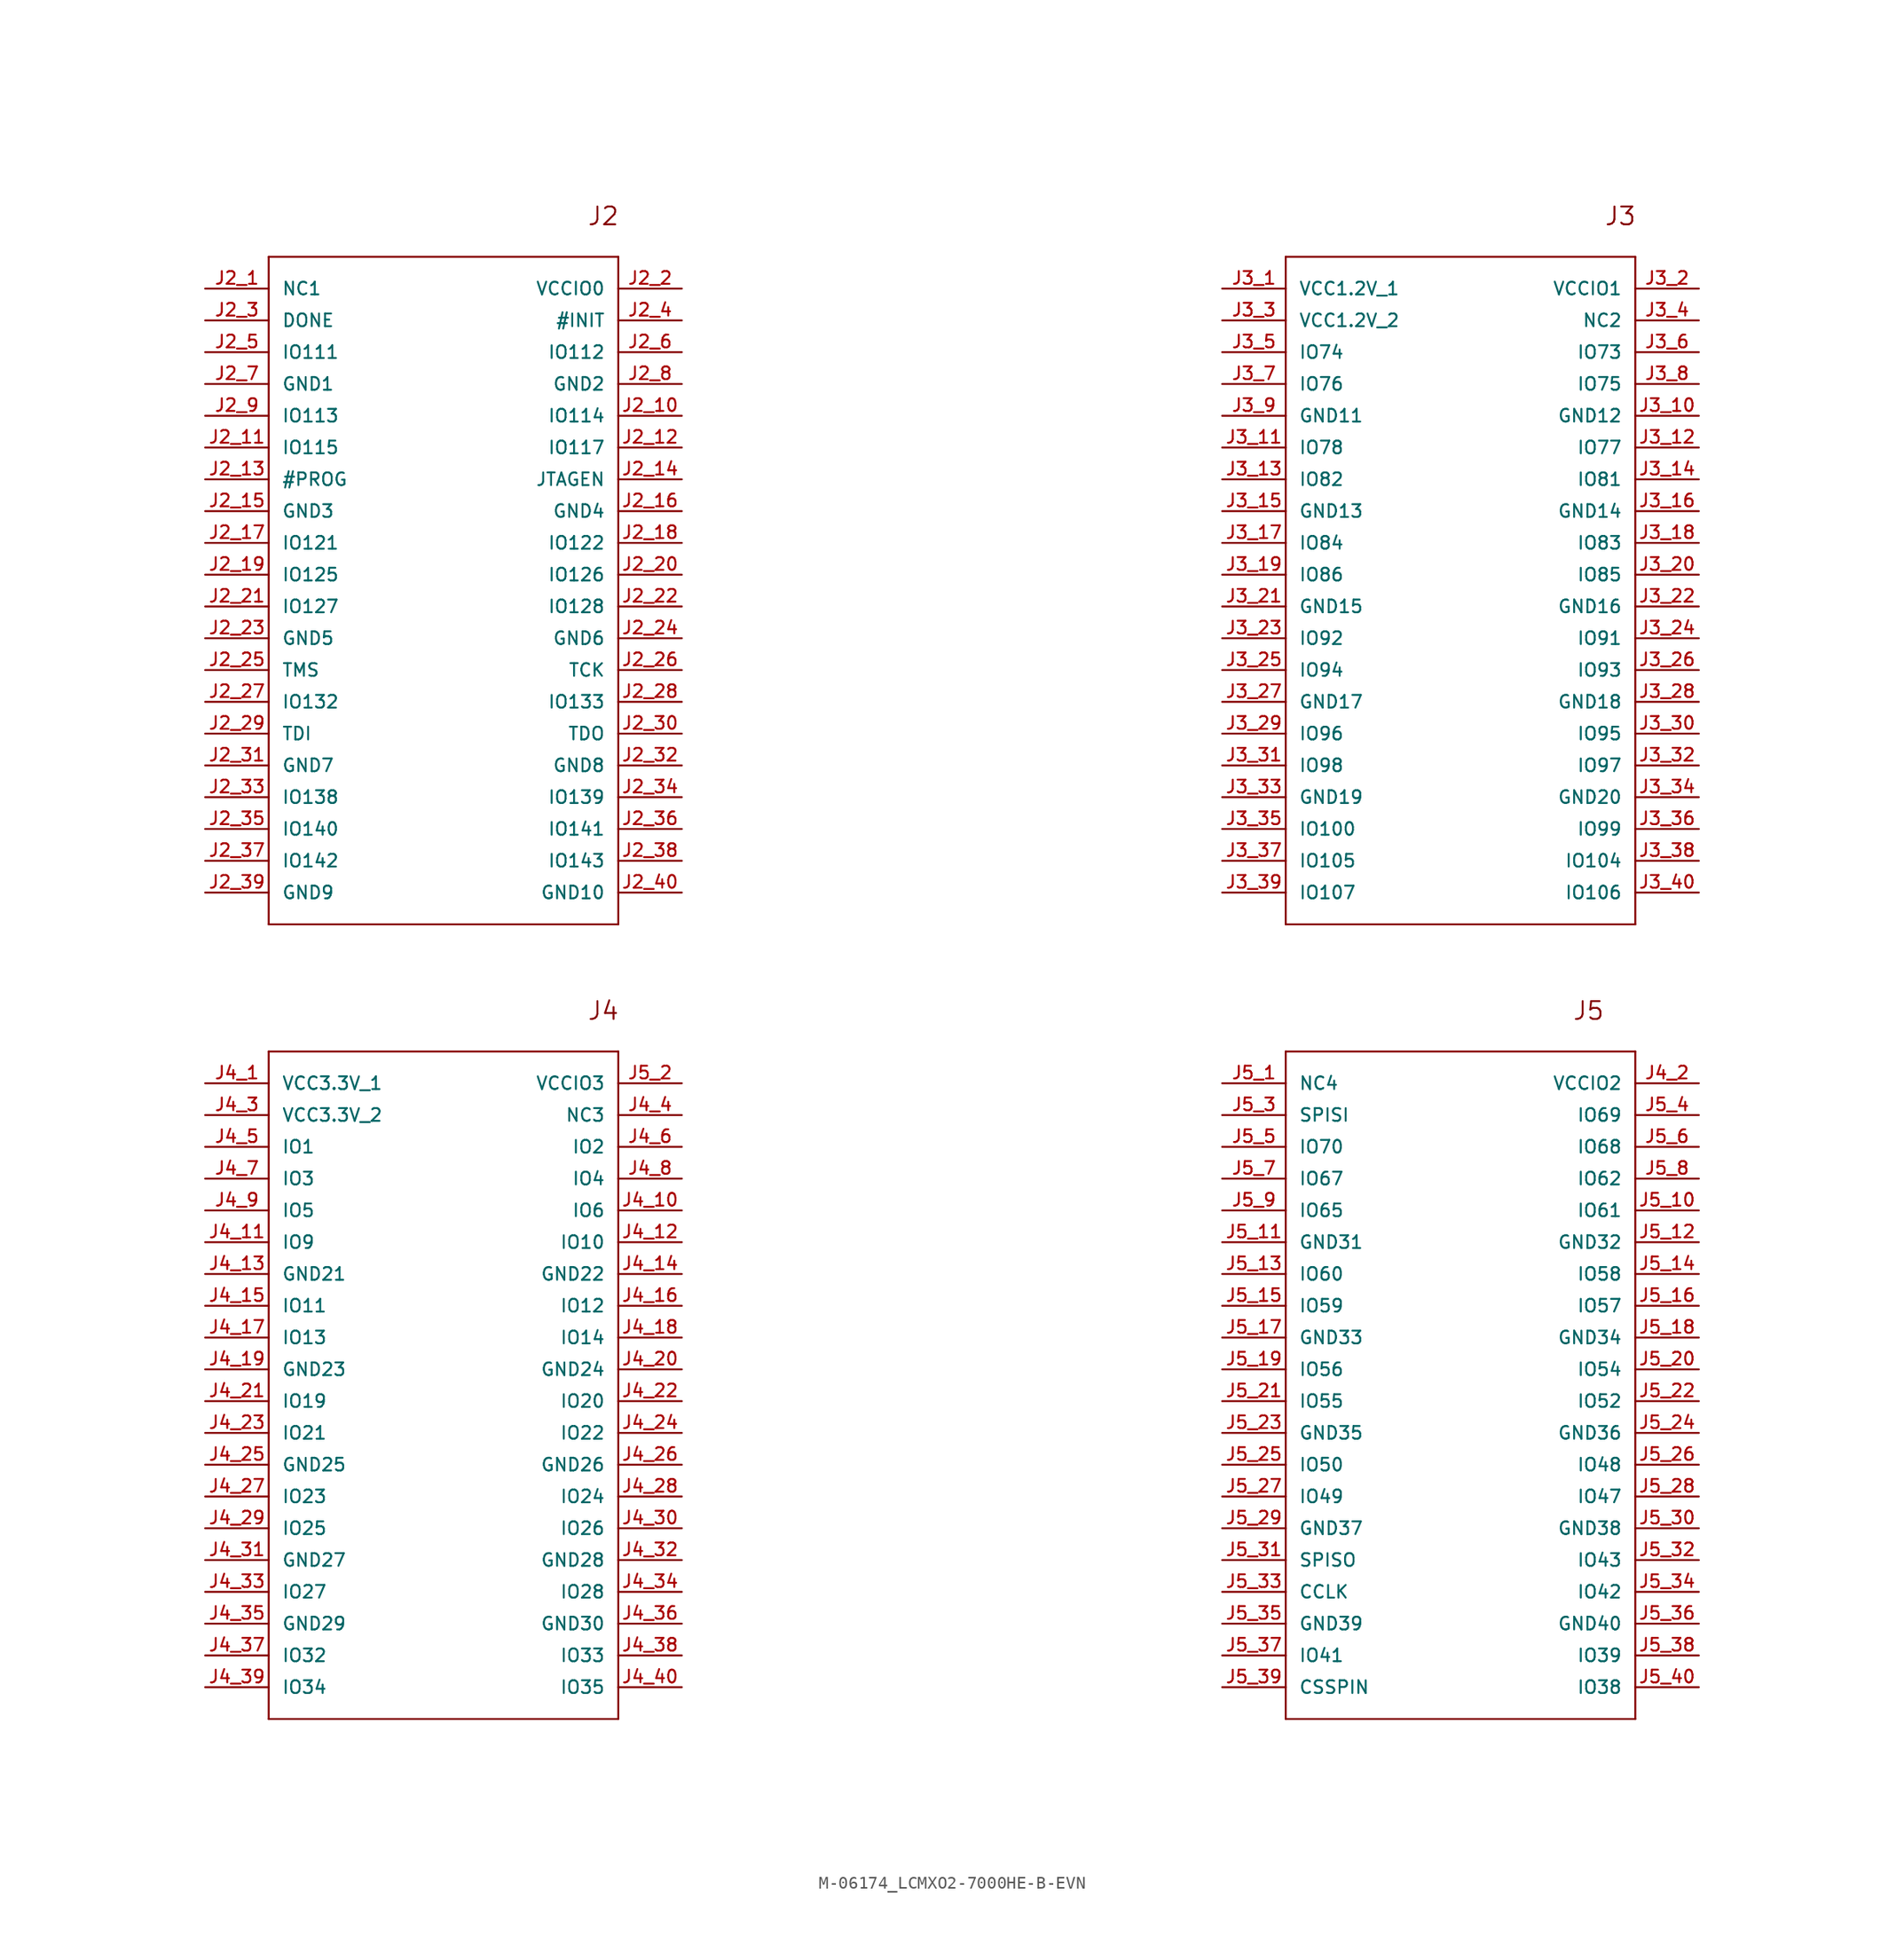
<source format=kicad_sym>
(kicad_symbol_lib
  (version 20211014)
  (generator kicad_symbol_editor)
  (symbol "M-06174_LCMXO2-7000HE-B-EVN"
    (pin_names
      (offset 1.016))
    (property "Reference" "M"
      (at 0 0 0)
      (effects (font (size 1.143 1.143)) hide))
    (property "ki_locked" ""
      (at 0 0 0)
      (effects (font (size 1.27 1.27))))
    (symbol "M-06174_LCMXO2-7000HE-B-EVN_1_0"
      (polyline (pts (xy -35.56 -50.8) (xy -35.56 2.54)) (stroke (width 0) (type default) (color 0 0 0 0)) (fill (type none)))
      (polyline (pts (xy -35.56 2.54) (xy -7.62 2.54)) (stroke (width 0) (type default) (color 0 0 0 0)) (fill (type none)))
      (polyline (pts (xy -35.56 12.7) (xy -35.56 66.04)) (stroke (width 0) (type default) (color 0 0 0 0)) (fill (type none)))
      (polyline (pts (xy -35.56 66.04) (xy -7.62 66.04)) (stroke (width 0) (type default) (color 0 0 0 0)) (fill (type none)))
      (polyline (pts (xy -7.62 -50.8) (xy -35.56 -50.8)) (stroke (width 0) (type default) (color 0 0 0 0)) (fill (type none)))
      (polyline (pts (xy -7.62 2.54) (xy -7.62 -50.8)) (stroke (width 0) (type default) (color 0 0 0 0)) (fill (type none)))
      (polyline (pts (xy -7.62 12.7) (xy -35.56 12.7)) (stroke (width 0) (type default) (color 0 0 0 0)) (fill (type none)))
      (polyline (pts (xy -7.62 66.04) (xy -7.62 12.7)) (stroke (width 0) (type default) (color 0 0 0 0)) (fill (type none)))
      (polyline (pts (xy 45.72 -50.8) (xy 45.72 2.54)) (stroke (width 0) (type default) (color 0 0 0 0)) (fill (type none)))
      (polyline (pts (xy 45.72 2.54) (xy 73.66 2.54)) (stroke (width 0) (type default) (color 0 0 0 0)) (fill (type none)))
      (polyline (pts (xy 45.72 12.7) (xy 45.72 66.04)) (stroke (width 0) (type default) (color 0 0 0 0)) (fill (type none)))
      (polyline (pts (xy 45.72 66.04) (xy 73.66 66.04)) (stroke (width 0) (type default) (color 0 0 0 0)) (fill (type none)))
      (polyline (pts (xy 73.66 -50.8) (xy 45.72 -50.8)) (stroke (width 0) (type default) (color 0 0 0 0)) (fill (type none)))
      (polyline (pts (xy 73.66 2.54) (xy 73.66 -50.8)) (stroke (width 0) (type default) (color 0 0 0 0)) (fill (type none)))
      (polyline (pts (xy 73.66 12.7) (xy 45.72 12.7)) (stroke (width 0) (type default) (color 0 0 0 0)) (fill (type none)))
      (polyline (pts (xy 73.66 66.04) (xy 73.66 12.7)) (stroke (width 0) (type default) (color 0 0 0 0)) (fill (type none)))
      (text "J2" (at -8.814 69.291 0) (effects (font (size 1.422 1.422))))
      (text "J3" (at 72.466 69.291 0) (effects (font (size 1.422 1.422))))
      (text "J4" (at -8.814 5.791 0) (effects (font (size 1.422 1.422))))
      (text "J5" (at 69.926 5.791 0) (effects (font (size 1.422 1.422)))))
    (symbol "M-06174_LCMXO2-7000HE-B-EVN_1_1"
      (pin bidirectional line (at -40.64 63.5 0) (length 5.08) (name "NC1" (effects (font (size 1.016 1.016)))) (number "J2_1" (effects (font (size 1.016 1.016)))))
      (pin bidirectional line (at -2.54 53.34 180) (length 5.08) (name "IO114" (effects (font (size 1.016 1.016)))) (number "J2_10" (effects (font (size 1.016 1.016)))))
      (pin bidirectional line (at -40.64 50.8 0) (length 5.08) (name "IO115" (effects (font (size 1.016 1.016)))) (number "J2_11" (effects (font (size 1.016 1.016)))))
      (pin bidirectional line (at -2.54 50.8 180) (length 5.08) (name "IO117" (effects (font (size 1.016 1.016)))) (number "J2_12" (effects (font (size 1.016 1.016)))))
      (pin bidirectional line (at -40.64 48.26 0) (length 5.08) (name "#PROG" (effects (font (size 1.016 1.016)))) (number "J2_13" (effects (font (size 1.016 1.016)))))
      (pin bidirectional line (at -2.54 48.26 180) (length 5.08) (name "JTAGEN" (effects (font (size 1.016 1.016)))) (number "J2_14" (effects (font (size 1.016 1.016)))))
      (pin bidirectional line (at -40.64 45.72 0) (length 5.08) (name "GND3" (effects (font (size 1.016 1.016)))) (number "J2_15" (effects (font (size 1.016 1.016)))))
      (pin bidirectional line (at -2.54 45.72 180) (length 5.08) (name "GND4" (effects (font (size 1.016 1.016)))) (number "J2_16" (effects (font (size 1.016 1.016)))))
      (pin bidirectional line (at -40.64 43.18 0) (length 5.08) (name "IO121" (effects (font (size 1.016 1.016)))) (number "J2_17" (effects (font (size 1.016 1.016)))))
      (pin bidirectional line (at -2.54 43.18 180) (length 5.08) (name "IO122" (effects (font (size 1.016 1.016)))) (number "J2_18" (effects (font (size 1.016 1.016)))))
      (pin bidirectional line (at -40.64 40.64 0) (length 5.08) (name "IO125" (effects (font (size 1.016 1.016)))) (number "J2_19" (effects (font (size 1.016 1.016)))))
      (pin bidirectional line (at -2.54 63.5 180) (length 5.08) (name "VCCIO0" (effects (font (size 1.016 1.016)))) (number "J2_2" (effects (font (size 1.016 1.016)))))
      (pin bidirectional line (at -2.54 40.64 180) (length 5.08) (name "IO126" (effects (font (size 1.016 1.016)))) (number "J2_20" (effects (font (size 1.016 1.016)))))
      (pin bidirectional line (at -40.64 38.1 0) (length 5.08) (name "IO127" (effects (font (size 1.016 1.016)))) (number "J2_21" (effects (font (size 1.016 1.016)))))
      (pin bidirectional line (at -2.54 38.1 180) (length 5.08) (name "IO128" (effects (font (size 1.016 1.016)))) (number "J2_22" (effects (font (size 1.016 1.016)))))
      (pin bidirectional line (at -40.64 35.56 0) (length 5.08) (name "GND5" (effects (font (size 1.016 1.016)))) (number "J2_23" (effects (font (size 1.016 1.016)))))
      (pin bidirectional line (at -2.54 35.56 180) (length 5.08) (name "GND6" (effects (font (size 1.016 1.016)))) (number "J2_24" (effects (font (size 1.016 1.016)))))
      (pin bidirectional line (at -40.64 33.02 0) (length 5.08) (name "TMS" (effects (font (size 1.016 1.016)))) (number "J2_25" (effects (font (size 1.016 1.016)))))
      (pin bidirectional line (at -2.54 33.02 180) (length 5.08) (name "TCK" (effects (font (size 1.016 1.016)))) (number "J2_26" (effects (font (size 1.016 1.016)))))
      (pin bidirectional line (at -40.64 30.48 0) (length 5.08) (name "IO132" (effects (font (size 1.016 1.016)))) (number "J2_27" (effects (font (size 1.016 1.016)))))
      (pin bidirectional line (at -2.54 30.48 180) (length 5.08) (name "IO133" (effects (font (size 1.016 1.016)))) (number "J2_28" (effects (font (size 1.016 1.016)))))
      (pin bidirectional line (at -40.64 27.94 0) (length 5.08) (name "TDI" (effects (font (size 1.016 1.016)))) (number "J2_29" (effects (font (size 1.016 1.016)))))
      (pin bidirectional line (at -40.64 60.96 0) (length 5.08) (name "DONE" (effects (font (size 1.016 1.016)))) (number "J2_3" (effects (font (size 1.016 1.016)))))
      (pin bidirectional line (at -2.54 27.94 180) (length 5.08) (name "TDO" (effects (font (size 1.016 1.016)))) (number "J2_30" (effects (font (size 1.016 1.016)))))
      (pin bidirectional line (at -40.64 25.4 0) (length 5.08) (name "GND7" (effects (font (size 1.016 1.016)))) (number "J2_31" (effects (font (size 1.016 1.016)))))
      (pin bidirectional line (at -2.54 25.4 180) (length 5.08) (name "GND8" (effects (font (size 1.016 1.016)))) (number "J2_32" (effects (font (size 1.016 1.016)))))
      (pin bidirectional line (at -40.64 22.86 0) (length 5.08) (name "IO138" (effects (font (size 1.016 1.016)))) (number "J2_33" (effects (font (size 1.016 1.016)))))
      (pin bidirectional line (at -2.54 22.86 180) (length 5.08) (name "IO139" (effects (font (size 1.016 1.016)))) (number "J2_34" (effects (font (size 1.016 1.016)))))
      (pin bidirectional line (at -40.64 20.32 0) (length 5.08) (name "IO140" (effects (font (size 1.016 1.016)))) (number "J2_35" (effects (font (size 1.016 1.016)))))
      (pin bidirectional line (at -2.54 20.32 180) (length 5.08) (name "IO141" (effects (font (size 1.016 1.016)))) (number "J2_36" (effects (font (size 1.016 1.016)))))
      (pin bidirectional line (at -40.64 17.78 0) (length 5.08) (name "IO142" (effects (font (size 1.016 1.016)))) (number "J2_37" (effects (font (size 1.016 1.016)))))
      (pin bidirectional line (at -2.54 17.78 180) (length 5.08) (name "IO143" (effects (font (size 1.016 1.016)))) (number "J2_38" (effects (font (size 1.016 1.016)))))
      (pin bidirectional line (at -40.64 15.24 0) (length 5.08) (name "GND9" (effects (font (size 1.016 1.016)))) (number "J2_39" (effects (font (size 1.016 1.016)))))
      (pin bidirectional line (at -2.54 60.96 180) (length 5.08) (name "#INIT" (effects (font (size 1.016 1.016)))) (number "J2_4" (effects (font (size 1.016 1.016)))))
      (pin bidirectional line (at -2.54 15.24 180) (length 5.08) (name "GND10" (effects (font (size 1.016 1.016)))) (number "J2_40" (effects (font (size 1.016 1.016)))))
      (pin bidirectional line (at -40.64 58.42 0) (length 5.08) (name "IO111" (effects (font (size 1.016 1.016)))) (number "J2_5" (effects (font (size 1.016 1.016)))))
      (pin bidirectional line (at -2.54 58.42 180) (length 5.08) (name "IO112" (effects (font (size 1.016 1.016)))) (number "J2_6" (effects (font (size 1.016 1.016)))))
      (pin bidirectional line (at -40.64 55.88 0) (length 5.08) (name "GND1" (effects (font (size 1.016 1.016)))) (number "J2_7" (effects (font (size 1.016 1.016)))))
      (pin bidirectional line (at -2.54 55.88 180) (length 5.08) (name "GND2" (effects (font (size 1.016 1.016)))) (number "J2_8" (effects (font (size 1.016 1.016)))))
      (pin bidirectional line (at -40.64 53.34 0) (length 5.08) (name "IO113" (effects (font (size 1.016 1.016)))) (number "J2_9" (effects (font (size 1.016 1.016)))))
      (pin bidirectional line (at 40.64 63.5 0) (length 5.08) (name "VCC1.2V_1" (effects (font (size 1.016 1.016)))) (number "J3_1" (effects (font (size 1.016 1.016)))))
      (pin bidirectional line (at 78.74 53.34 180) (length 5.08) (name "GND12" (effects (font (size 1.016 1.016)))) (number "J3_10" (effects (font (size 1.016 1.016)))))
      (pin bidirectional line (at 40.64 50.8 0) (length 5.08) (name "IO78" (effects (font (size 1.016 1.016)))) (number "J3_11" (effects (font (size 1.016 1.016)))))
      (pin bidirectional line (at 78.74 50.8 180) (length 5.08) (name "IO77" (effects (font (size 1.016 1.016)))) (number "J3_12" (effects (font (size 1.016 1.016)))))
      (pin bidirectional line (at 40.64 48.26 0) (length 5.08) (name "IO82" (effects (font (size 1.016 1.016)))) (number "J3_13" (effects (font (size 1.016 1.016)))))
      (pin bidirectional line (at 78.74 48.26 180) (length 5.08) (name "IO81" (effects (font (size 1.016 1.016)))) (number "J3_14" (effects (font (size 1.016 1.016)))))
      (pin bidirectional line (at 40.64 45.72 0) (length 5.08) (name "GND13" (effects (font (size 1.016 1.016)))) (number "J3_15" (effects (font (size 1.016 1.016)))))
      (pin bidirectional line (at 78.74 45.72 180) (length 5.08) (name "GND14" (effects (font (size 1.016 1.016)))) (number "J3_16" (effects (font (size 1.016 1.016)))))
      (pin bidirectional line (at 40.64 43.18 0) (length 5.08) (name "IO84" (effects (font (size 1.016 1.016)))) (number "J3_17" (effects (font (size 1.016 1.016)))))
      (pin bidirectional line (at 78.74 43.18 180) (length 5.08) (name "IO83" (effects (font (size 1.016 1.016)))) (number "J3_18" (effects (font (size 1.016 1.016)))))
      (pin bidirectional line (at 40.64 40.64 0) (length 5.08) (name "IO86" (effects (font (size 1.016 1.016)))) (number "J3_19" (effects (font (size 1.016 1.016)))))
      (pin bidirectional line (at 78.74 63.5 180) (length 5.08) (name "VCCIO1" (effects (font (size 1.016 1.016)))) (number "J3_2" (effects (font (size 1.016 1.016)))))
      (pin bidirectional line (at 78.74 40.64 180) (length 5.08) (name "IO85" (effects (font (size 1.016 1.016)))) (number "J3_20" (effects (font (size 1.016 1.016)))))
      (pin bidirectional line (at 40.64 38.1 0) (length 5.08) (name "GND15" (effects (font (size 1.016 1.016)))) (number "J3_21" (effects (font (size 1.016 1.016)))))
      (pin bidirectional line (at 78.74 38.1 180) (length 5.08) (name "GND16" (effects (font (size 1.016 1.016)))) (number "J3_22" (effects (font (size 1.016 1.016)))))
      (pin bidirectional line (at 40.64 35.56 0) (length 5.08) (name "IO92" (effects (font (size 1.016 1.016)))) (number "J3_23" (effects (font (size 1.016 1.016)))))
      (pin bidirectional line (at 78.74 35.56 180) (length 5.08) (name "IO91" (effects (font (size 1.016 1.016)))) (number "J3_24" (effects (font (size 1.016 1.016)))))
      (pin bidirectional line (at 40.64 33.02 0) (length 5.08) (name "IO94" (effects (font (size 1.016 1.016)))) (number "J3_25" (effects (font (size 1.016 1.016)))))
      (pin bidirectional line (at 78.74 33.02 180) (length 5.08) (name "IO93" (effects (font (size 1.016 1.016)))) (number "J3_26" (effects (font (size 1.016 1.016)))))
      (pin bidirectional line (at 40.64 30.48 0) (length 5.08) (name "GND17" (effects (font (size 1.016 1.016)))) (number "J3_27" (effects (font (size 1.016 1.016)))))
      (pin bidirectional line (at 78.74 30.48 180) (length 5.08) (name "GND18" (effects (font (size 1.016 1.016)))) (number "J3_28" (effects (font (size 1.016 1.016)))))
      (pin bidirectional line (at 40.64 27.94 0) (length 5.08) (name "IO96" (effects (font (size 1.016 1.016)))) (number "J3_29" (effects (font (size 1.016 1.016)))))
      (pin bidirectional line (at 40.64 60.96 0) (length 5.08) (name "VCC1.2V_2" (effects (font (size 1.016 1.016)))) (number "J3_3" (effects (font (size 1.016 1.016)))))
      (pin bidirectional line (at 78.74 27.94 180) (length 5.08) (name "IO95" (effects (font (size 1.016 1.016)))) (number "J3_30" (effects (font (size 1.016 1.016)))))
      (pin bidirectional line (at 40.64 25.4 0) (length 5.08) (name "IO98" (effects (font (size 1.016 1.016)))) (number "J3_31" (effects (font (size 1.016 1.016)))))
      (pin bidirectional line (at 78.74 25.4 180) (length 5.08) (name "IO97" (effects (font (size 1.016 1.016)))) (number "J3_32" (effects (font (size 1.016 1.016)))))
      (pin bidirectional line (at 40.64 22.86 0) (length 5.08) (name "GND19" (effects (font (size 1.016 1.016)))) (number "J3_33" (effects (font (size 1.016 1.016)))))
      (pin bidirectional line (at 78.74 22.86 180) (length 5.08) (name "GND20" (effects (font (size 1.016 1.016)))) (number "J3_34" (effects (font (size 1.016 1.016)))))
      (pin bidirectional line (at 40.64 20.32 0) (length 5.08) (name "IO100" (effects (font (size 1.016 1.016)))) (number "J3_35" (effects (font (size 1.016 1.016)))))
      (pin bidirectional line (at 78.74 20.32 180) (length 5.08) (name "IO99" (effects (font (size 1.016 1.016)))) (number "J3_36" (effects (font (size 1.016 1.016)))))
      (pin bidirectional line (at 40.64 17.78 0) (length 5.08) (name "IO105" (effects (font (size 1.016 1.016)))) (number "J3_37" (effects (font (size 1.016 1.016)))))
      (pin bidirectional line (at 78.74 17.78 180) (length 5.08) (name "IO104" (effects (font (size 1.016 1.016)))) (number "J3_38" (effects (font (size 1.016 1.016)))))
      (pin bidirectional line (at 40.64 15.24 0) (length 5.08) (name "IO107" (effects (font (size 1.016 1.016)))) (number "J3_39" (effects (font (size 1.016 1.016)))))
      (pin bidirectional line (at 78.74 60.96 180) (length 5.08) (name "NC2" (effects (font (size 1.016 1.016)))) (number "J3_4" (effects (font (size 1.016 1.016)))))
      (pin bidirectional line (at 78.74 15.24 180) (length 5.08) (name "IO106" (effects (font (size 1.016 1.016)))) (number "J3_40" (effects (font (size 1.016 1.016)))))
      (pin bidirectional line (at 40.64 58.42 0) (length 5.08) (name "IO74" (effects (font (size 1.016 1.016)))) (number "J3_5" (effects (font (size 1.016 1.016)))))
      (pin bidirectional line (at 78.74 58.42 180) (length 5.08) (name "IO73" (effects (font (size 1.016 1.016)))) (number "J3_6" (effects (font (size 1.016 1.016)))))
      (pin bidirectional line (at 40.64 55.88 0) (length 5.08) (name "IO76" (effects (font (size 1.016 1.016)))) (number "J3_7" (effects (font (size 1.016 1.016)))))
      (pin bidirectional line (at 78.74 55.88 180) (length 5.08) (name "IO75" (effects (font (size 1.016 1.016)))) (number "J3_8" (effects (font (size 1.016 1.016)))))
      (pin bidirectional line (at 40.64 53.34 0) (length 5.08) (name "GND11" (effects (font (size 1.016 1.016)))) (number "J3_9" (effects (font (size 1.016 1.016)))))
      (pin bidirectional line (at -40.64 0 0) (length 5.08) (name "VCC3.3V_1" (effects (font (size 1.016 1.016)))) (number "J4_1" (effects (font (size 1.016 1.016)))))
      (pin bidirectional line (at -2.54 -10.16 180) (length 5.08) (name "IO6" (effects (font (size 1.016 1.016)))) (number "J4_10" (effects (font (size 1.016 1.016)))))
      (pin bidirectional line (at -40.64 -12.7 0) (length 5.08) (name "IO9" (effects (font (size 1.016 1.016)))) (number "J4_11" (effects (font (size 1.016 1.016)))))
      (pin bidirectional line (at -2.54 -12.7 180) (length 5.08) (name "IO10" (effects (font (size 1.016 1.016)))) (number "J4_12" (effects (font (size 1.016 1.016)))))
      (pin bidirectional line (at -40.64 -15.24 0) (length 5.08) (name "GND21" (effects (font (size 1.016 1.016)))) (number "J4_13" (effects (font (size 1.016 1.016)))))
      (pin bidirectional line (at -2.54 -15.24 180) (length 5.08) (name "GND22" (effects (font (size 1.016 1.016)))) (number "J4_14" (effects (font (size 1.016 1.016)))))
      (pin bidirectional line (at -40.64 -17.78 0) (length 5.08) (name "IO11" (effects (font (size 1.016 1.016)))) (number "J4_15" (effects (font (size 1.016 1.016)))))
      (pin bidirectional line (at -2.54 -17.78 180) (length 5.08) (name "IO12" (effects (font (size 1.016 1.016)))) (number "J4_16" (effects (font (size 1.016 1.016)))))
      (pin bidirectional line (at -40.64 -20.32 0) (length 5.08) (name "IO13" (effects (font (size 1.016 1.016)))) (number "J4_17" (effects (font (size 1.016 1.016)))))
      (pin bidirectional line (at -2.54 -20.32 180) (length 5.08) (name "IO14" (effects (font (size 1.016 1.016)))) (number "J4_18" (effects (font (size 1.016 1.016)))))
      (pin bidirectional line (at -40.64 -22.86 0) (length 5.08) (name "GND23" (effects (font (size 1.016 1.016)))) (number "J4_19" (effects (font (size 1.016 1.016)))))
      (pin bidirectional line (at 78.74 0 180) (length 5.08) (name "VCCIO2" (effects (font (size 1.016 1.016)))) (number "J4_2" (effects (font (size 1.016 1.016)))))
      (pin bidirectional line (at -2.54 -22.86 180) (length 5.08) (name "GND24" (effects (font (size 1.016 1.016)))) (number "J4_20" (effects (font (size 1.016 1.016)))))
      (pin bidirectional line (at -40.64 -25.4 0) (length 5.08) (name "IO19" (effects (font (size 1.016 1.016)))) (number "J4_21" (effects (font (size 1.016 1.016)))))
      (pin bidirectional line (at -2.54 -25.4 180) (length 5.08) (name "IO20" (effects (font (size 1.016 1.016)))) (number "J4_22" (effects (font (size 1.016 1.016)))))
      (pin bidirectional line (at -40.64 -27.94 0) (length 5.08) (name "IO21" (effects (font (size 1.016 1.016)))) (number "J4_23" (effects (font (size 1.016 1.016)))))
      (pin bidirectional line (at -2.54 -27.94 180) (length 5.08) (name "IO22" (effects (font (size 1.016 1.016)))) (number "J4_24" (effects (font (size 1.016 1.016)))))
      (pin bidirectional line (at -40.64 -30.48 0) (length 5.08) (name "GND25" (effects (font (size 1.016 1.016)))) (number "J4_25" (effects (font (size 1.016 1.016)))))
      (pin bidirectional line (at -2.54 -30.48 180) (length 5.08) (name "GND26" (effects (font (size 1.016 1.016)))) (number "J4_26" (effects (font (size 1.016 1.016)))))
      (pin bidirectional line (at -40.64 -33.02 0) (length 5.08) (name "IO23" (effects (font (size 1.016 1.016)))) (number "J4_27" (effects (font (size 1.016 1.016)))))
      (pin bidirectional line (at -2.54 -33.02 180) (length 5.08) (name "IO24" (effects (font (size 1.016 1.016)))) (number "J4_28" (effects (font (size 1.016 1.016)))))
      (pin bidirectional line (at -40.64 -35.56 0) (length 5.08) (name "IO25" (effects (font (size 1.016 1.016)))) (number "J4_29" (effects (font (size 1.016 1.016)))))
      (pin bidirectional line (at -40.64 -2.54 0) (length 5.08) (name "VCC3.3V_2" (effects (font (size 1.016 1.016)))) (number "J4_3" (effects (font (size 1.016 1.016)))))
      (pin bidirectional line (at -2.54 -35.56 180) (length 5.08) (name "IO26" (effects (font (size 1.016 1.016)))) (number "J4_30" (effects (font (size 1.016 1.016)))))
      (pin bidirectional line (at -40.64 -38.1 0) (length 5.08) (name "GND27" (effects (font (size 1.016 1.016)))) (number "J4_31" (effects (font (size 1.016 1.016)))))
      (pin bidirectional line (at -2.54 -38.1 180) (length 5.08) (name "GND28" (effects (font (size 1.016 1.016)))) (number "J4_32" (effects (font (size 1.016 1.016)))))
      (pin bidirectional line (at -40.64 -40.64 0) (length 5.08) (name "IO27" (effects (font (size 1.016 1.016)))) (number "J4_33" (effects (font (size 1.016 1.016)))))
      (pin bidirectional line (at -2.54 -40.64 180) (length 5.08) (name "IO28" (effects (font (size 1.016 1.016)))) (number "J4_34" (effects (font (size 1.016 1.016)))))
      (pin bidirectional line (at -40.64 -43.18 0) (length 5.08) (name "GND29" (effects (font (size 1.016 1.016)))) (number "J4_35" (effects (font (size 1.016 1.016)))))
      (pin bidirectional line (at -2.54 -43.18 180) (length 5.08) (name "GND30" (effects (font (size 1.016 1.016)))) (number "J4_36" (effects (font (size 1.016 1.016)))))
      (pin bidirectional line (at -40.64 -45.72 0) (length 5.08) (name "IO32" (effects (font (size 1.016 1.016)))) (number "J4_37" (effects (font (size 1.016 1.016)))))
      (pin bidirectional line (at -2.54 -45.72 180) (length 5.08) (name "IO33" (effects (font (size 1.016 1.016)))) (number "J4_38" (effects (font (size 1.016 1.016)))))
      (pin bidirectional line (at -40.64 -48.26 0) (length 5.08) (name "IO34" (effects (font (size 1.016 1.016)))) (number "J4_39" (effects (font (size 1.016 1.016)))))
      (pin bidirectional line (at -2.54 -2.54 180) (length 5.08) (name "NC3" (effects (font (size 1.016 1.016)))) (number "J4_4" (effects (font (size 1.016 1.016)))))
      (pin bidirectional line (at -2.54 -48.26 180) (length 5.08) (name "IO35" (effects (font (size 1.016 1.016)))) (number "J4_40" (effects (font (size 1.016 1.016)))))
      (pin bidirectional line (at -40.64 -5.08 0) (length 5.08) (name "IO1" (effects (font (size 1.016 1.016)))) (number "J4_5" (effects (font (size 1.016 1.016)))))
      (pin bidirectional line (at -2.54 -5.08 180) (length 5.08) (name "IO2" (effects (font (size 1.016 1.016)))) (number "J4_6" (effects (font (size 1.016 1.016)))))
      (pin bidirectional line (at -40.64 -7.62 0) (length 5.08) (name "IO3" (effects (font (size 1.016 1.016)))) (number "J4_7" (effects (font (size 1.016 1.016)))))
      (pin bidirectional line (at -2.54 -7.62 180) (length 5.08) (name "IO4" (effects (font (size 1.016 1.016)))) (number "J4_8" (effects (font (size 1.016 1.016)))))
      (pin bidirectional line (at -40.64 -10.16 0) (length 5.08) (name "IO5" (effects (font (size 1.016 1.016)))) (number "J4_9" (effects (font (size 1.016 1.016)))))
      (pin bidirectional line (at 40.64 0 0) (length 5.08) (name "NC4" (effects (font (size 1.016 1.016)))) (number "J5_1" (effects (font (size 1.016 1.016)))))
      (pin bidirectional line (at 78.74 -10.16 180) (length 5.08) (name "IO61" (effects (font (size 1.016 1.016)))) (number "J5_10" (effects (font (size 1.016 1.016)))))
      (pin bidirectional line (at 40.64 -12.7 0) (length 5.08) (name "GND31" (effects (font (size 1.016 1.016)))) (number "J5_11" (effects (font (size 1.016 1.016)))))
      (pin bidirectional line (at 78.74 -12.7 180) (length 5.08) (name "GND32" (effects (font (size 1.016 1.016)))) (number "J5_12" (effects (font (size 1.016 1.016)))))
      (pin bidirectional line (at 40.64 -15.24 0) (length 5.08) (name "IO60" (effects (font (size 1.016 1.016)))) (number "J5_13" (effects (font (size 1.016 1.016)))))
      (pin bidirectional line (at 78.74 -15.24 180) (length 5.08) (name "IO58" (effects (font (size 1.016 1.016)))) (number "J5_14" (effects (font (size 1.016 1.016)))))
      (pin bidirectional line (at 40.64 -17.78 0) (length 5.08) (name "IO59" (effects (font (size 1.016 1.016)))) (number "J5_15" (effects (font (size 1.016 1.016)))))
      (pin bidirectional line (at 78.74 -17.78 180) (length 5.08) (name "IO57" (effects (font (size 1.016 1.016)))) (number "J5_16" (effects (font (size 1.016 1.016)))))
      (pin bidirectional line (at 40.64 -20.32 0) (length 5.08) (name "GND33" (effects (font (size 1.016 1.016)))) (number "J5_17" (effects (font (size 1.016 1.016)))))
      (pin bidirectional line (at 78.74 -20.32 180) (length 5.08) (name "GND34" (effects (font (size 1.016 1.016)))) (number "J5_18" (effects (font (size 1.016 1.016)))))
      (pin bidirectional line (at 40.64 -22.86 0) (length 5.08) (name "IO56" (effects (font (size 1.016 1.016)))) (number "J5_19" (effects (font (size 1.016 1.016)))))
      (pin bidirectional line (at -2.54 0 180) (length 5.08) (name "VCCIO3" (effects (font (size 1.016 1.016)))) (number "J5_2" (effects (font (size 1.016 1.016)))))
      (pin bidirectional line (at 78.74 -22.86 180) (length 5.08) (name "IO54" (effects (font (size 1.016 1.016)))) (number "J5_20" (effects (font (size 1.016 1.016)))))
      (pin bidirectional line (at 40.64 -25.4 0) (length 5.08) (name "IO55" (effects (font (size 1.016 1.016)))) (number "J5_21" (effects (font (size 1.016 1.016)))))
      (pin bidirectional line (at 78.74 -25.4 180) (length 5.08) (name "IO52" (effects (font (size 1.016 1.016)))) (number "J5_22" (effects (font (size 1.016 1.016)))))
      (pin bidirectional line (at 40.64 -27.94 0) (length 5.08) (name "GND35" (effects (font (size 1.016 1.016)))) (number "J5_23" (effects (font (size 1.016 1.016)))))
      (pin bidirectional line (at 78.74 -27.94 180) (length 5.08) (name "GND36" (effects (font (size 1.016 1.016)))) (number "J5_24" (effects (font (size 1.016 1.016)))))
      (pin bidirectional line (at 40.64 -30.48 0) (length 5.08) (name "IO50" (effects (font (size 1.016 1.016)))) (number "J5_25" (effects (font (size 1.016 1.016)))))
      (pin bidirectional line (at 78.74 -30.48 180) (length 5.08) (name "IO48" (effects (font (size 1.016 1.016)))) (number "J5_26" (effects (font (size 1.016 1.016)))))
      (pin bidirectional line (at 40.64 -33.02 0) (length 5.08) (name "IO49" (effects (font (size 1.016 1.016)))) (number "J5_27" (effects (font (size 1.016 1.016)))))
      (pin bidirectional line (at 78.74 -33.02 180) (length 5.08) (name "IO47" (effects (font (size 1.016 1.016)))) (number "J5_28" (effects (font (size 1.016 1.016)))))
      (pin bidirectional line (at 40.64 -35.56 0) (length 5.08) (name "GND37" (effects (font (size 1.016 1.016)))) (number "J5_29" (effects (font (size 1.016 1.016)))))
      (pin bidirectional line (at 40.64 -2.54 0) (length 5.08) (name "SPISI" (effects (font (size 1.016 1.016)))) (number "J5_3" (effects (font (size 1.016 1.016)))))
      (pin bidirectional line (at 78.74 -35.56 180) (length 5.08) (name "GND38" (effects (font (size 1.016 1.016)))) (number "J5_30" (effects (font (size 1.016 1.016)))))
      (pin bidirectional line (at 40.64 -38.1 0) (length 5.08) (name "SPISO" (effects (font (size 1.016 1.016)))) (number "J5_31" (effects (font (size 1.016 1.016)))))
      (pin bidirectional line (at 78.74 -38.1 180) (length 5.08) (name "IO43" (effects (font (size 1.016 1.016)))) (number "J5_32" (effects (font (size 1.016 1.016)))))
      (pin bidirectional line (at 40.64 -40.64 0) (length 5.08) (name "CCLK" (effects (font (size 1.016 1.016)))) (number "J5_33" (effects (font (size 1.016 1.016)))))
      (pin bidirectional line (at 78.74 -40.64 180) (length 5.08) (name "IO42" (effects (font (size 1.016 1.016)))) (number "J5_34" (effects (font (size 1.016 1.016)))))
      (pin bidirectional line (at 40.64 -43.18 0) (length 5.08) (name "GND39" (effects (font (size 1.016 1.016)))) (number "J5_35" (effects (font (size 1.016 1.016)))))
      (pin bidirectional line (at 78.74 -43.18 180) (length 5.08) (name "GND40" (effects (font (size 1.016 1.016)))) (number "J5_36" (effects (font (size 1.016 1.016)))))
      (pin bidirectional line (at 40.64 -45.72 0) (length 5.08) (name "IO41" (effects (font (size 1.016 1.016)))) (number "J5_37" (effects (font (size 1.016 1.016)))))
      (pin bidirectional line (at 78.74 -45.72 180) (length 5.08) (name "IO39" (effects (font (size 1.016 1.016)))) (number "J5_38" (effects (font (size 1.016 1.016)))))
      (pin bidirectional line (at 40.64 -48.26 0) (length 5.08) (name "CSSPIN" (effects (font (size 1.016 1.016)))) (number "J5_39" (effects (font (size 1.016 1.016)))))
      (pin bidirectional line (at 78.74 -2.54 180) (length 5.08) (name "IO69" (effects (font (size 1.016 1.016)))) (number "J5_4" (effects (font (size 1.016 1.016)))))
      (pin bidirectional line (at 78.74 -48.26 180) (length 5.08) (name "IO38" (effects (font (size 1.016 1.016)))) (number "J5_40" (effects (font (size 1.016 1.016)))))
      (pin bidirectional line (at 40.64 -5.08 0) (length 5.08) (name "IO70" (effects (font (size 1.016 1.016)))) (number "J5_5" (effects (font (size 1.016 1.016)))))
      (pin bidirectional line (at 78.74 -5.08 180) (length 5.08) (name "IO68" (effects (font (size 1.016 1.016)))) (number "J5_6" (effects (font (size 1.016 1.016)))))
      (pin bidirectional line (at 40.64 -7.62 0) (length 5.08) (name "IO67" (effects (font (size 1.016 1.016)))) (number "J5_7" (effects (font (size 1.016 1.016)))))
      (pin bidirectional line (at 78.74 -7.62 180) (length 5.08) (name "IO62" (effects (font (size 1.016 1.016)))) (number "J5_8" (effects (font (size 1.016 1.016)))))
      (pin bidirectional line (at 40.64 -10.16 0) (length 5.08) (name "IO65" (effects (font (size 1.016 1.016)))) (number "J5_9" (effects (font (size 1.016 1.016))))))))
</source>
